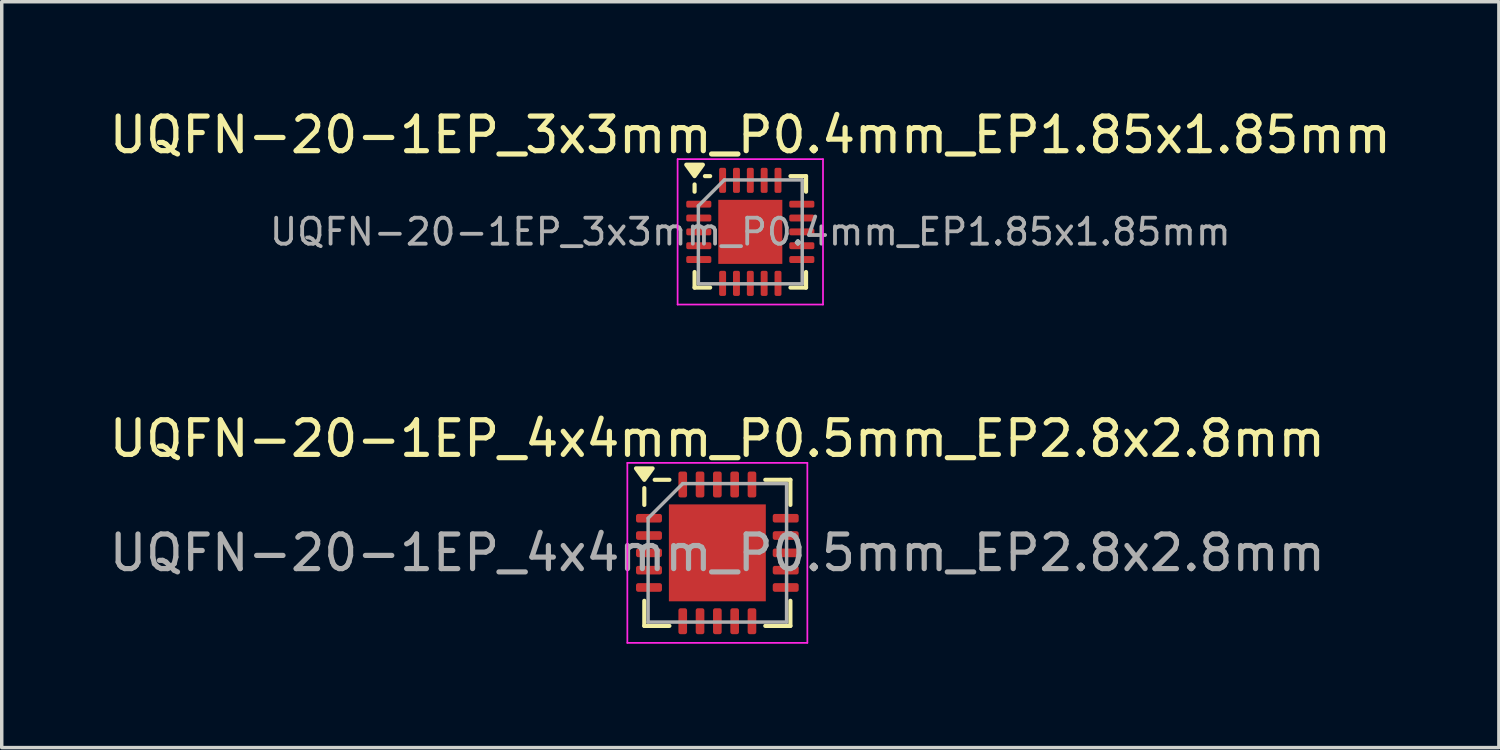
<source format=kicad_pcb>
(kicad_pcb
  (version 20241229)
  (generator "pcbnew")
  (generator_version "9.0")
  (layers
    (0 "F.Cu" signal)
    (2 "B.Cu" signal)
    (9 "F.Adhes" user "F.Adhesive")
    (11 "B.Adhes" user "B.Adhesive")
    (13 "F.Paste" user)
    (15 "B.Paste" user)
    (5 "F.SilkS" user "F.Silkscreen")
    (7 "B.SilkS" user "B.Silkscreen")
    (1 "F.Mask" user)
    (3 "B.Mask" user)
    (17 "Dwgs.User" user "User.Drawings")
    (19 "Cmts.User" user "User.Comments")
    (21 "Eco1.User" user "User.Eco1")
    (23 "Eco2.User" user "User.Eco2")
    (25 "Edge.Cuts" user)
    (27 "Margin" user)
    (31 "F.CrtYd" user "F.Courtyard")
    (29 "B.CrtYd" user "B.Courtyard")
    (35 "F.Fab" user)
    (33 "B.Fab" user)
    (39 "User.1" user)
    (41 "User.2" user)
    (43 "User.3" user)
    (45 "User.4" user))
  (footprint "UQFN-20-1EP_3x3mm_P0.4mm_EP1.85x1.85mm"
    (layer "F.Cu")
    (at 18.625 3.648)
    (property "Reference" "UQFN-20-1EP_3x3mm_P0.4mm_EP1.85x1.85mm" (at 0 -2.8 0) (layer "F.SilkS") (effects (font (size 1 1) (thickness 0.15))))
    (attr smd)
    (fp_line (start -1.61 -1.16) (end -1.61 -1.37) (stroke (width 0.12) (type solid)) (layer "F.SilkS"))
    (fp_line (start -1.61 1.61) (end -1.61 1.16) (stroke (width 0.12) (type solid)) (layer "F.SilkS"))
    (fp_line (start -1.16 -1.61) (end -1.31 -1.61) (stroke (width 0.12) (type solid)) (layer "F.SilkS"))
    (fp_line (start -1.16 1.61) (end -1.61 1.61) (stroke (width 0.12) (type solid)) (layer "F.SilkS"))
    (fp_line (start 1.16 -1.61) (end 1.61 -1.61) (stroke (width 0.12) (type solid)) (layer "F.SilkS"))
    (fp_line (start 1.16 1.61) (end 1.61 1.61) (stroke (width 0.12) (type solid)) (layer "F.SilkS"))
    (fp_line (start 1.61 -1.61) (end 1.61 -1.16) (stroke (width 0.12) (type solid)) (layer "F.SilkS"))
    (fp_line (start 1.61 1.61) (end 1.61 1.16) (stroke (width 0.12) (type solid)) (layer "F.SilkS"))
    (fp_poly (pts (xy -1.61 -1.61) (xy -1.85 -1.94) (xy -1.37 -1.94) (xy -1.61 -1.61)) (stroke (width 0.12) (type solid)) (fill yes) (layer "F.SilkS"))
    (fp_line (start -2.1 -2.1) (end -2.1 2.1) (stroke (width 0.05) (type solid)) (layer "F.CrtYd"))
    (fp_line (start -2.1 2.1) (end 2.1 2.1) (stroke (width 0.05) (type solid)) (layer "F.CrtYd"))
    (fp_line (start 2.1 -2.1) (end -2.1 -2.1) (stroke (width 0.05) (type solid)) (layer "F.CrtYd"))
    (fp_line (start 2.1 2.1) (end 2.1 -2.1) (stroke (width 0.05) (type solid)) (layer "F.CrtYd"))
    (fp_line (start -1.5 -0.75) (end -0.75 -1.5) (stroke (width 0.1) (type solid)) (layer "F.Fab"))
    (fp_line (start -1.5 1.5) (end -1.5 -0.75) (stroke (width 0.1) (type solid)) (layer "F.Fab"))
    (fp_line (start -0.75 -1.5) (end 1.5 -1.5) (stroke (width 0.1) (type solid)) (layer "F.Fab"))
    (fp_line (start 1.5 -1.5) (end 1.5 1.5) (stroke (width 0.1) (type solid)) (layer "F.Fab"))
    (fp_line (start 1.5 1.5) (end -1.5 1.5) (stroke (width 0.1) (type solid)) (layer "F.Fab"))
    (fp_text user "${REFERENCE}" (at 0 0 0) (layer "F.Fab") (effects (font (size 0.75 0.75) (thickness 0.11))))
    (pad "" smd roundrect (at -0.46 -0.46) (size 0.75 0.75) (layers "F.Paste") (roundrect_rratio 0.25))
    (pad "" smd roundrect (at -0.46 0.46) (size 0.75 0.75) (layers "F.Paste") (roundrect_rratio 0.25))
    (pad "" smd roundrect (at 0.46 -0.46) (size 0.75 0.75) (layers "F.Paste") (roundrect_rratio 0.25))
    (pad "" smd roundrect (at 0.46 0.46) (size 0.75 0.75) (layers "F.Paste") (roundrect_rratio 0.25))
    (pad "1" smd roundrect (at -1.488 -0.8) (size 0.725 0.2) (layers "F.Cu" "F.Mask" "F.Paste") (roundrect_rratio 0.25))
    (pad "2" smd roundrect (at -1.488 -0.4) (size 0.725 0.2) (layers "F.Cu" "F.Mask" "F.Paste") (roundrect_rratio 0.25))
    (pad "3" smd roundrect (at -1.488 0) (size 0.725 0.2) (layers "F.Cu" "F.Mask" "F.Paste") (roundrect_rratio 0.25))
    (pad "4" smd roundrect (at -1.488 0.4) (size 0.725 0.2) (layers "F.Cu" "F.Mask" "F.Paste") (roundrect_rratio 0.25))
    (pad "5" smd roundrect (at -1.488 0.8) (size 0.725 0.2) (layers "F.Cu" "F.Mask" "F.Paste") (roundrect_rratio 0.25))
    (pad "6" smd roundrect (at -0.8 1.488) (size 0.2 0.725) (layers "F.Cu" "F.Mask" "F.Paste") (roundrect_rratio 0.25))
    (pad "7" smd roundrect (at -0.4 1.488) (size 0.2 0.725) (layers "F.Cu" "F.Mask" "F.Paste") (roundrect_rratio 0.25))
    (pad "8" smd roundrect (at 0 1.488) (size 0.2 0.725) (layers "F.Cu" "F.Mask" "F.Paste") (roundrect_rratio 0.25))
    (pad "9" smd roundrect (at 0.4 1.488) (size 0.2 0.725) (layers "F.Cu" "F.Mask" "F.Paste") (roundrect_rratio 0.25))
    (pad "10" smd roundrect (at 0.8 1.488) (size 0.2 0.725) (layers "F.Cu" "F.Mask" "F.Paste") (roundrect_rratio 0.25))
    (pad "11" smd roundrect (at 1.488 0.8) (size 0.725 0.2) (layers "F.Cu" "F.Mask" "F.Paste") (roundrect_rratio 0.25))
    (pad "12" smd roundrect (at 1.488 0.4) (size 0.725 0.2) (layers "F.Cu" "F.Mask" "F.Paste") (roundrect_rratio 0.25))
    (pad "13" smd roundrect (at 1.488 0) (size 0.725 0.2) (layers "F.Cu" "F.Mask" "F.Paste") (roundrect_rratio 0.25))
    (pad "14" smd roundrect (at 1.488 -0.4) (size 0.725 0.2) (layers "F.Cu" "F.Mask" "F.Paste") (roundrect_rratio 0.25))
    (pad "15" smd roundrect (at 1.488 -0.8) (size 0.725 0.2) (layers "F.Cu" "F.Mask" "F.Paste") (roundrect_rratio 0.25))
    (pad "16" smd roundrect (at 0.8 -1.488) (size 0.2 0.725) (layers "F.Cu" "F.Mask" "F.Paste") (roundrect_rratio 0.25))
    (pad "17" smd roundrect (at 0.4 -1.488) (size 0.2 0.725) (layers "F.Cu" "F.Mask" "F.Paste") (roundrect_rratio 0.25))
    (pad "18" smd roundrect (at 0 -1.488) (size 0.2 0.725) (layers "F.Cu" "F.Mask" "F.Paste") (roundrect_rratio 0.25))
    (pad "19" smd roundrect (at -0.4 -1.488) (size 0.2 0.725) (layers "F.Cu" "F.Mask" "F.Paste") (roundrect_rratio 0.25))
    (pad "20" smd roundrect (at -0.8 -1.488) (size 0.2 0.725) (layers "F.Cu" "F.Mask" "F.Paste") (roundrect_rratio 0.25))
    (pad "21" smd rect (at 0 0) (size 1.85 1.85) (property pad_prop_heatsink) (layers "F.Cu" "F.Mask")))
  (footprint "UQFN-20-1EP_4x4mm_P0.5mm_EP2.8x2.8mm"
    (layer "F.Cu")
    (at 17.673 12.921)
    (property "Reference" "UQFN-20-1EP_4x4mm_P0.5mm_EP2.8x2.8mm" (at 0 -3.3 0) (layer "F.SilkS") (effects (font (size 1 1) (thickness 0.15))))
    (attr smd)
    (fp_line (start -2.11 -1.385) (end -2.11 -1.87) (stroke (width 0.12) (type solid)) (layer "F.SilkS"))
    (fp_line (start -2.11 2.11) (end -2.11 1.385) (stroke (width 0.12) (type solid)) (layer "F.SilkS"))
    (fp_line (start -1.385 -2.11) (end -1.81 -2.11) (stroke (width 0.12) (type solid)) (layer "F.SilkS"))
    (fp_line (start -1.385 2.11) (end -2.11 2.11) (stroke (width 0.12) (type solid)) (layer "F.SilkS"))
    (fp_line (start 1.385 -2.11) (end 2.11 -2.11) (stroke (width 0.12) (type solid)) (layer "F.SilkS"))
    (fp_line (start 1.385 2.11) (end 2.11 2.11) (stroke (width 0.12) (type solid)) (layer "F.SilkS"))
    (fp_line (start 2.11 -2.11) (end 2.11 -1.385) (stroke (width 0.12) (type solid)) (layer "F.SilkS"))
    (fp_line (start 2.11 2.11) (end 2.11 1.385) (stroke (width 0.12) (type solid)) (layer "F.SilkS"))
    (fp_poly (pts (xy -2.11 -2.11) (xy -2.35 -2.44) (xy -1.87 -2.44) (xy -2.11 -2.11)) (stroke (width 0.12) (type solid)) (fill yes) (layer "F.SilkS"))
    (fp_line (start -2.6 -2.6) (end -2.6 2.6) (stroke (width 0.05) (type solid)) (layer "F.CrtYd"))
    (fp_line (start -2.6 2.6) (end 2.6 2.6) (stroke (width 0.05) (type solid)) (layer "F.CrtYd"))
    (fp_line (start 2.6 -2.6) (end -2.6 -2.6) (stroke (width 0.05) (type solid)) (layer "F.CrtYd"))
    (fp_line (start 2.6 2.6) (end 2.6 -2.6) (stroke (width 0.05) (type solid)) (layer "F.CrtYd"))
    (fp_line (start -2 -1) (end -1 -2) (stroke (width 0.1) (type solid)) (layer "F.Fab"))
    (fp_line (start -2 2) (end -2 -1) (stroke (width 0.1) (type solid)) (layer "F.Fab"))
    (fp_line (start -1 -2) (end 2 -2) (stroke (width 0.1) (type solid)) (layer "F.Fab"))
    (fp_line (start 2 -2) (end 2 2) (stroke (width 0.1) (type solid)) (layer "F.Fab"))
    (fp_line (start 2 2) (end -2 2) (stroke (width 0.1) (type solid)) (layer "F.Fab"))
    (fp_text user "${REFERENCE}" (at 0 0 0) (layer "F.Fab") (effects (font (size 1 1) (thickness 0.15))))
    (pad "" smd roundrect (at -0.7 -0.7) (size 1.13 1.13) (layers "F.Paste") (roundrect_rratio 0.221))
    (pad "" smd roundrect (at -0.7 0.7) (size 1.13 1.13) (layers "F.Paste") (roundrect_rratio 0.221))
    (pad "" smd roundrect (at 0.7 -0.7) (size 1.13 1.13) (layers "F.Paste") (roundrect_rratio 0.221))
    (pad "" smd roundrect (at 0.7 0.7) (size 1.13 1.13) (layers "F.Paste") (roundrect_rratio 0.221))
    (pad "1" smd roundrect (at -1.975 -1) (size 0.75 0.25) (layers "F.Cu" "F.Mask" "F.Paste") (roundrect_rratio 0.25))
    (pad "2" smd roundrect (at -1.975 -0.5) (size 0.75 0.25) (layers "F.Cu" "F.Mask" "F.Paste") (roundrect_rratio 0.25))
    (pad "3" smd roundrect (at -1.975 0) (size 0.75 0.25) (layers "F.Cu" "F.Mask" "F.Paste") (roundrect_rratio 0.25))
    (pad "4" smd roundrect (at -1.975 0.5) (size 0.75 0.25) (layers "F.Cu" "F.Mask" "F.Paste") (roundrect_rratio 0.25))
    (pad "5" smd roundrect (at -1.975 1) (size 0.75 0.25) (layers "F.Cu" "F.Mask" "F.Paste") (roundrect_rratio 0.25))
    (pad "6" smd roundrect (at -1 1.975) (size 0.25 0.75) (layers "F.Cu" "F.Mask" "F.Paste") (roundrect_rratio 0.25))
    (pad "7" smd roundrect (at -0.5 1.975) (size 0.25 0.75) (layers "F.Cu" "F.Mask" "F.Paste") (roundrect_rratio 0.25))
    (pad "8" smd roundrect (at 0 1.975) (size 0.25 0.75) (layers "F.Cu" "F.Mask" "F.Paste") (roundrect_rratio 0.25))
    (pad "9" smd roundrect (at 0.5 1.975) (size 0.25 0.75) (layers "F.Cu" "F.Mask" "F.Paste") (roundrect_rratio 0.25))
    (pad "10" smd roundrect (at 1 1.975) (size 0.25 0.75) (layers "F.Cu" "F.Mask" "F.Paste") (roundrect_rratio 0.25))
    (pad "11" smd roundrect (at 1.975 1) (size 0.75 0.25) (layers "F.Cu" "F.Mask" "F.Paste") (roundrect_rratio 0.25))
    (pad "12" smd roundrect (at 1.975 0.5) (size 0.75 0.25) (layers "F.Cu" "F.Mask" "F.Paste") (roundrect_rratio 0.25))
    (pad "13" smd roundrect (at 1.975 0) (size 0.75 0.25) (layers "F.Cu" "F.Mask" "F.Paste") (roundrect_rratio 0.25))
    (pad "14" smd roundrect (at 1.975 -0.5) (size 0.75 0.25) (layers "F.Cu" "F.Mask" "F.Paste") (roundrect_rratio 0.25))
    (pad "15" smd roundrect (at 1.975 -1) (size 0.75 0.25) (layers "F.Cu" "F.Mask" "F.Paste") (roundrect_rratio 0.25))
    (pad "16" smd roundrect (at 1 -1.975) (size 0.25 0.75) (layers "F.Cu" "F.Mask" "F.Paste") (roundrect_rratio 0.25))
    (pad "17" smd roundrect (at 0.5 -1.975) (size 0.25 0.75) (layers "F.Cu" "F.Mask" "F.Paste") (roundrect_rratio 0.25))
    (pad "18" smd roundrect (at 0 -1.975) (size 0.25 0.75) (layers "F.Cu" "F.Mask" "F.Paste") (roundrect_rratio 0.25))
    (pad "19" smd roundrect (at -0.5 -1.975) (size 0.25 0.75) (layers "F.Cu" "F.Mask" "F.Paste") (roundrect_rratio 0.25))
    (pad "20" smd roundrect (at -1 -1.975) (size 0.25 0.75) (layers "F.Cu" "F.Mask" "F.Paste") (roundrect_rratio 0.25))
    (pad "21" smd rect (at 0 0) (size 2.8 2.8) (property pad_prop_heatsink) (layers "F.Cu" "F.Mask")))
  (gr_rect
    (start -3 -3)
    (end 40.25 18.547)
    (stroke (width 0.1) (type default))
    (fill no)
    (layer "Edge.Cuts")))
</source>
